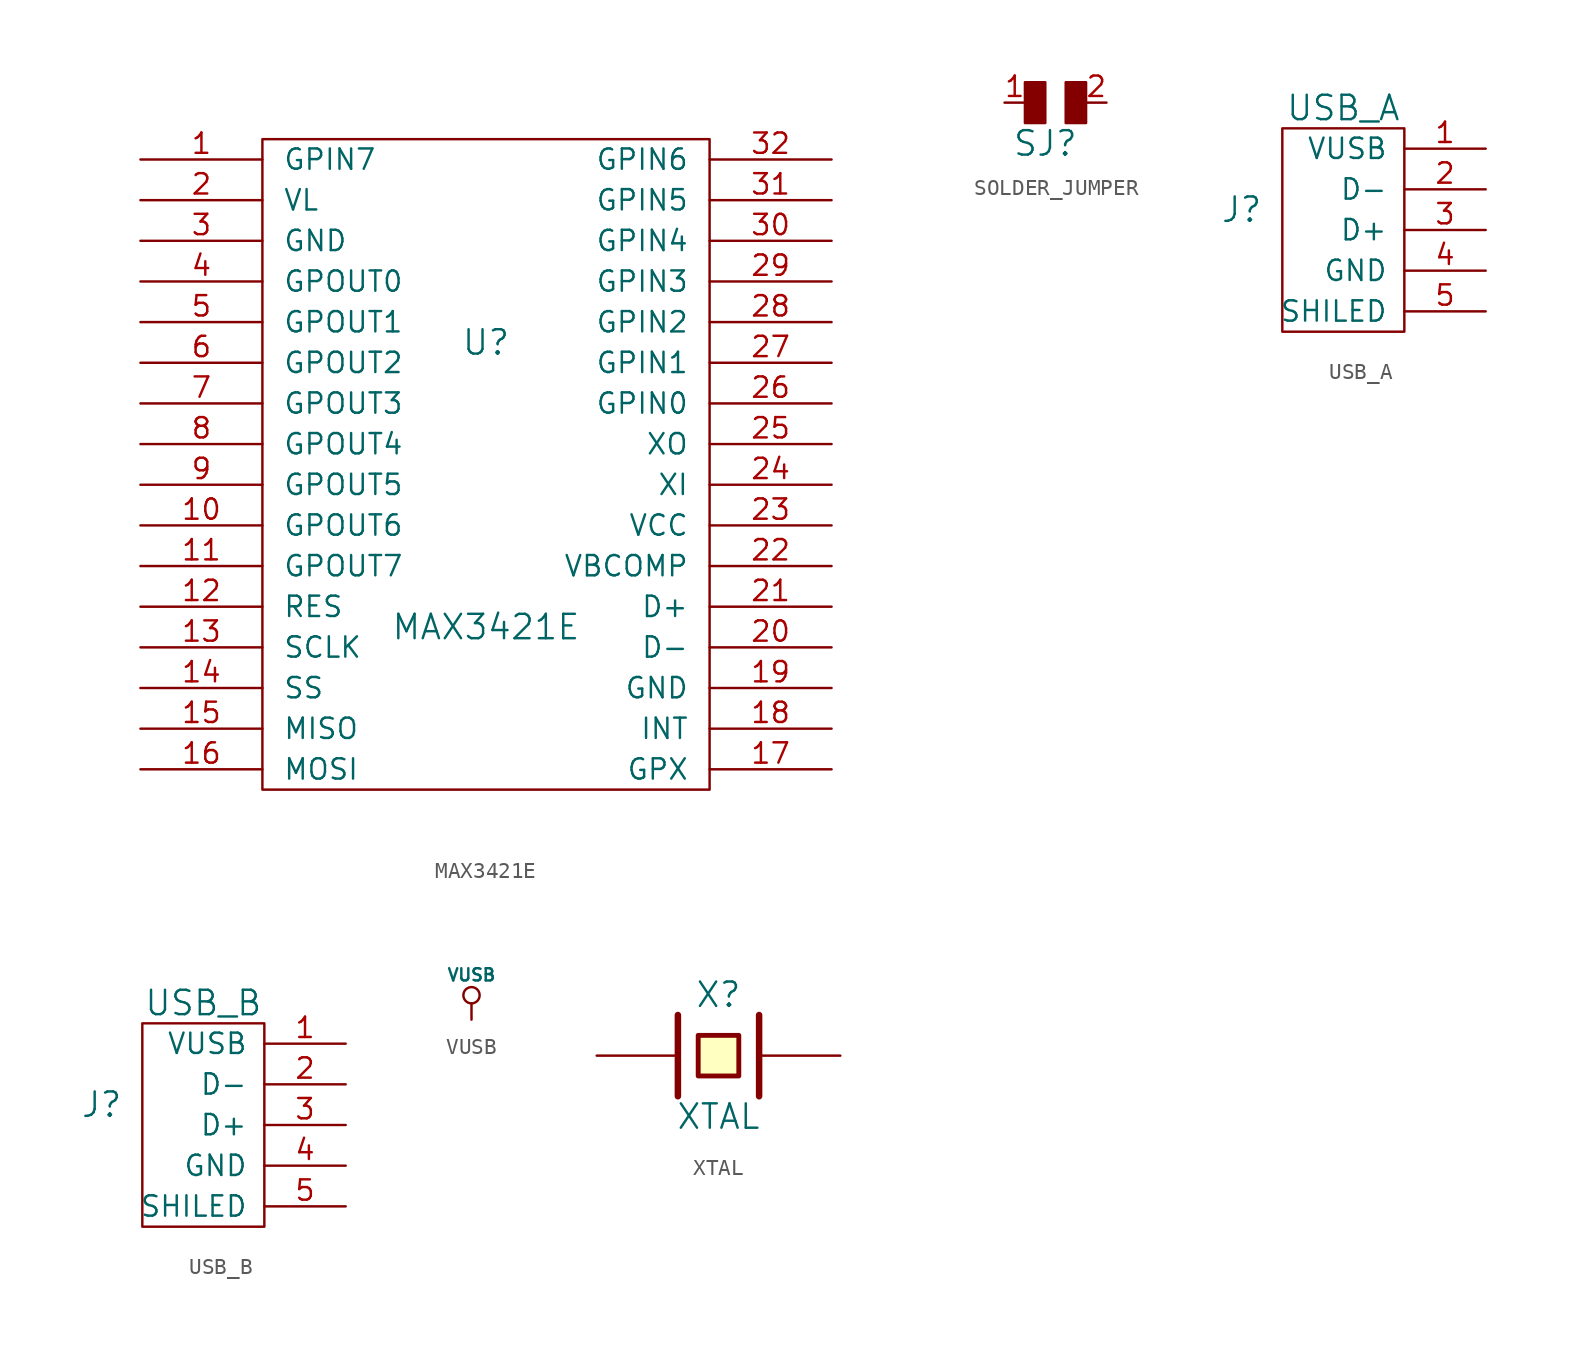
<source format=kicad_sym>
(kicad_symbol_lib
  (version 20211014)
  (generator kicad_symbol_editor)
  (symbol "MAX3421E"
    (pin_names
      (offset 1.27))
    (property "Reference" "U"
      (at 0 7.62 0)
      (effects (font (size 1.524 1.524))))
    (property "Value" "MAX3421E"
      (at 0 -10.16 0)
      (effects (font (size 1.524 1.524))))
    (property "Footprint" ""
      (at 0 -10.16 0)
      (effects (font (size 1.524 1.524))))
    (property "Datasheet" ""
      (at 0 -10.16 0)
      (effects (font (size 1.524 1.524))))
    (symbol "MAX3421E_0_1"
      (rectangle (start -13.97 20.32) (end 13.97 -20.32) (stroke (width 0) (type default) (color 0 0 0 0)) (fill (type none))))
    (symbol "MAX3421E_1_1"
      (pin bidirectional line (at -21.59 19.05 0) (length 7.62) (name "GPIN7" (effects (font (size 1.27 1.27)))) (number "1" (effects (font (size 1.27 1.27)))))
      (pin output line (at -21.59 -3.81 0) (length 7.62) (name "GPOUT6" (effects (font (size 1.27 1.27)))) (number "10" (effects (font (size 1.27 1.27)))))
      (pin output line (at -21.59 -6.35 0) (length 7.62) (name "GPOUT7" (effects (font (size 1.27 1.27)))) (number "11" (effects (font (size 1.27 1.27)))))
      (pin input line (at -21.59 -8.89 0) (length 7.62) (name "RES" (effects (font (size 1.27 1.27)))) (number "12" (effects (font (size 1.27 1.27)))))
      (pin input line (at -21.59 -11.43 0) (length 7.62) (name "SCLK" (effects (font (size 1.27 1.27)))) (number "13" (effects (font (size 1.27 1.27)))))
      (pin input line (at -21.59 -13.97 0) (length 7.62) (name "SS" (effects (font (size 1.27 1.27)))) (number "14" (effects (font (size 1.27 1.27)))))
      (pin output line (at -21.59 -16.51 0) (length 7.62) (name "MISO" (effects (font (size 1.27 1.27)))) (number "15" (effects (font (size 1.27 1.27)))))
      (pin input line (at -21.59 -19.05 0) (length 7.62) (name "MOSI" (effects (font (size 1.27 1.27)))) (number "16" (effects (font (size 1.27 1.27)))))
      (pin output line (at 21.59 -19.05 180) (length 7.62) (name "GPX" (effects (font (size 1.27 1.27)))) (number "17" (effects (font (size 1.27 1.27)))))
      (pin output line (at 21.59 -16.51 180) (length 7.62) (name "INT" (effects (font (size 1.27 1.27)))) (number "18" (effects (font (size 1.27 1.27)))))
      (pin input line (at 21.59 -13.97 180) (length 7.62) (name "GND" (effects (font (size 1.27 1.27)))) (number "19" (effects (font (size 1.27 1.27)))))
      (pin power_in line (at -21.59 16.51 0) (length 7.62) (name "VL" (effects (font (size 1.27 1.27)))) (number "2" (effects (font (size 1.27 1.27)))))
      (pin bidirectional line (at 21.59 -11.43 180) (length 7.62) (name "D-" (effects (font (size 1.27 1.27)))) (number "20" (effects (font (size 1.27 1.27)))))
      (pin bidirectional line (at 21.59 -8.89 180) (length 7.62) (name "D+" (effects (font (size 1.27 1.27)))) (number "21" (effects (font (size 1.27 1.27)))))
      (pin input line (at 21.59 -6.35 180) (length 7.62) (name "VBCOMP" (effects (font (size 1.27 1.27)))) (number "22" (effects (font (size 1.27 1.27)))))
      (pin input line (at 21.59 -3.81 180) (length 7.62) (name "VCC" (effects (font (size 1.27 1.27)))) (number "23" (effects (font (size 1.27 1.27)))))
      (pin input line (at 21.59 -1.27 180) (length 7.62) (name "XI" (effects (font (size 1.27 1.27)))) (number "24" (effects (font (size 1.27 1.27)))))
      (pin output line (at 21.59 1.27 180) (length 7.62) (name "XO" (effects (font (size 1.27 1.27)))) (number "25" (effects (font (size 1.27 1.27)))))
      (pin input line (at 21.59 3.81 180) (length 7.62) (name "GPIN0" (effects (font (size 1.27 1.27)))) (number "26" (effects (font (size 1.27 1.27)))))
      (pin input line (at 21.59 6.35 180) (length 7.62) (name "GPIN1" (effects (font (size 1.27 1.27)))) (number "27" (effects (font (size 1.27 1.27)))))
      (pin input line (at 21.59 8.89 180) (length 7.62) (name "GPIN2" (effects (font (size 1.27 1.27)))) (number "28" (effects (font (size 1.27 1.27)))))
      (pin input line (at 21.59 11.43 180) (length 7.62) (name "GPIN3" (effects (font (size 1.27 1.27)))) (number "29" (effects (font (size 1.27 1.27)))))
      (pin power_in line (at -21.59 13.97 0) (length 7.62) (name "GND" (effects (font (size 1.27 1.27)))) (number "3" (effects (font (size 1.27 1.27)))))
      (pin input line (at 21.59 13.97 180) (length 7.62) (name "GPIN4" (effects (font (size 1.27 1.27)))) (number "30" (effects (font (size 1.27 1.27)))))
      (pin input line (at 21.59 16.51 180) (length 7.62) (name "GPIN5" (effects (font (size 1.27 1.27)))) (number "31" (effects (font (size 1.27 1.27)))))
      (pin input line (at 21.59 19.05 180) (length 7.62) (name "GPIN6" (effects (font (size 1.27 1.27)))) (number "32" (effects (font (size 1.27 1.27)))))
      (pin output line (at -21.59 11.43 0) (length 7.62) (name "GPOUT0" (effects (font (size 1.27 1.27)))) (number "4" (effects (font (size 1.27 1.27)))))
      (pin output line (at -21.59 8.89 0) (length 7.62) (name "GPOUT1" (effects (font (size 1.27 1.27)))) (number "5" (effects (font (size 1.27 1.27)))))
      (pin output line (at -21.59 6.35 0) (length 7.62) (name "GPOUT2" (effects (font (size 1.27 1.27)))) (number "6" (effects (font (size 1.27 1.27)))))
      (pin output line (at -21.59 3.81 0) (length 7.62) (name "GPOUT3" (effects (font (size 1.27 1.27)))) (number "7" (effects (font (size 1.27 1.27)))))
      (pin output line (at -21.59 1.27 0) (length 7.62) (name "GPOUT4" (effects (font (size 1.27 1.27)))) (number "8" (effects (font (size 1.27 1.27)))))
      (pin output line (at -21.59 -1.27 0) (length 7.62) (name "GPOUT5" (effects (font (size 1.27 1.27)))) (number "9" (effects (font (size 1.27 1.27)))))))
  (symbol "SOLDER_JUMPER"
    (pin_names
      (offset 1.016))
    (property "Reference" "SJ"
      (at 0 -1.27 0)
      (effects (font (size 1.524 1.524))))
    (property "Footprint" ""
      (at 1.27 0 0)
      (effects (font (size 1.524 1.524))))
    (property "Datasheet" ""
      (at 1.27 0 0)
      (effects (font (size 1.524 1.524))))
    (symbol "SOLDER_JUMPER_0_1"
      (rectangle (start -1.27 2.54) (end 0 0) (stroke (width 0) (type default) (color 0 0 0 0)) (fill (type outline)))
      (rectangle (start 1.27 2.54) (end 2.54 0) (stroke (width 0) (type default) (color 0 0 0 0)) (fill (type outline))))
    (symbol "SOLDER_JUMPER_1_1"
      (pin passive line (at -2.54 1.27 0) (length 1.27) (name "~" (effects (font (size 1.27 1.27)))) (number "1" (effects (font (size 1.27 1.27)))))
      (pin passive line (at 3.81 1.27 180) (length 1.27) (name "~" (effects (font (size 1.27 1.27)))) (number "2" (effects (font (size 1.27 1.27)))))))
  (symbol "USB_A"
    (pin_names
      (offset 1.016))
    (property "Reference" "J"
      (at -10.16 0 0)
      (effects (font (size 1.524 1.524))))
    (property "Value" "USB_A"
      (at -3.81 6.35 0)
      (effects (font (size 1.524 1.524))))
    (property "Footprint" ""
      (at 0 0 0)
      (effects (font (size 1.524 1.524))))
    (property "Datasheet" ""
      (at 0 0 0)
      (effects (font (size 1.524 1.524))))
    (symbol "USB_A_0_1"
      (rectangle (start -7.62 5.08) (end 0 -7.62) (stroke (width 0) (type default) (color 0 0 0 0)) (fill (type none))))
    (symbol "USB_A_1_1"
      (pin power_in line (at 5.08 3.81 180) (length 5.08) (name "VUSB" (effects (font (size 1.27 1.27)))) (number "1" (effects (font (size 1.27 1.27)))))
      (pin bidirectional line (at 5.08 1.27 180) (length 5.08) (name "D-" (effects (font (size 1.27 1.27)))) (number "2" (effects (font (size 1.27 1.27)))))
      (pin bidirectional line (at 5.08 -1.27 180) (length 5.08) (name "D+" (effects (font (size 1.27 1.27)))) (number "3" (effects (font (size 1.27 1.27)))))
      (pin power_in line (at 5.08 -3.81 180) (length 5.08) (name "GND" (effects (font (size 1.27 1.27)))) (number "4" (effects (font (size 1.27 1.27)))))
      (pin passive line (at 5.08 -6.35 180) (length 5.08) (name "SHILED" (effects (font (size 1.27 1.27)))) (number "5" (effects (font (size 1.27 1.27)))))))
  (symbol "USB_B"
    (pin_names
      (offset 1.016))
    (property "Reference" "J"
      (at -10.16 0 0)
      (effects (font (size 1.524 1.524))))
    (property "Value" "USB_B"
      (at -3.81 6.35 0)
      (effects (font (size 1.524 1.524))))
    (property "Footprint" ""
      (at 0 0 0)
      (effects (font (size 1.524 1.524))))
    (property "Datasheet" ""
      (at 0 0 0)
      (effects (font (size 1.524 1.524))))
    (symbol "USB_B_0_1"
      (rectangle (start -7.62 5.08) (end 0 -7.62) (stroke (width 0) (type default) (color 0 0 0 0)) (fill (type none))))
    (symbol "USB_B_1_1"
      (pin power_out line (at 5.08 3.81 180) (length 5.08) (name "VUSB" (effects (font (size 1.27 1.27)))) (number "1" (effects (font (size 1.27 1.27)))))
      (pin bidirectional line (at 5.08 1.27 180) (length 5.08) (name "D-" (effects (font (size 1.27 1.27)))) (number "2" (effects (font (size 1.27 1.27)))))
      (pin bidirectional line (at 5.08 -1.27 180) (length 5.08) (name "D+" (effects (font (size 1.27 1.27)))) (number "3" (effects (font (size 1.27 1.27)))))
      (pin power_out line (at 5.08 -3.81 180) (length 5.08) (name "GND" (effects (font (size 1.27 1.27)))) (number "4" (effects (font (size 1.27 1.27)))))
      (pin passive line (at 5.08 -6.35 180) (length 5.08) (name "SHILED" (effects (font (size 1.27 1.27)))) (number "5" (effects (font (size 1.27 1.27)))))))
  (symbol "VUSB"
    (power)
    (pin_names
      (offset 0))
    (property "Reference" "#PWR"
      (at 0 -0.762 0)
      (effects (font (size 0.508 0.508)) hide))
    (property "Value" "VUSB"
      (at 0 2.794 0)
      (effects (font (size 0.762 0.762))))
    (property "Footprint" ""
      (at 0 0 0)
      (effects (font (size 1.524 1.524))))
    (property "Datasheet" ""
      (at 0 0 0)
      (effects (font (size 1.524 1.524))))
    (symbol "VUSB_0_0"
      (pin power_in line (at 0 0 90) (length 0) hide (name "VUSB" (effects (font (size 0.508 0.508)))) (number "1" (effects (font (size 0.254 0.254))))))
    (symbol "VUSB_0_1"
      (polyline (pts (xy 0 0) (xy 0 1.016) (xy 0 1.016)) (stroke (width 0) (type default) (color 0 0 0 0)) (fill (type none)))
      (circle (center 0 1.524) (radius 0.508) (stroke (width 0) (type default) (color 0 0 0 0)) (fill (type none)))))
  (symbol "XTAL"
    (pin_numbers hide)
    (pin_names
      (offset 1.016) hide)
    (property "Reference" "X"
      (at 0 3.81 0)
      (effects (font (size 1.524 1.524))))
    (property "Value" "XTAL"
      (at 0 -3.81 0)
      (effects (font (size 1.524 1.524))))
    (property "Footprint" ""
      (at 0 0 0)
      (effects (font (size 1.524 1.524))))
    (property "Datasheet" ""
      (at 0 0 0)
      (effects (font (size 1.524 1.524))))
    (symbol "XTAL_0_1"
      (polyline (pts (xy -2.54 2.54) (xy -2.54 -2.54)) (stroke (width 0.406) (type default) (color 0 0 0 0)) (fill (type none)))
      (polyline (pts (xy 2.54 2.54) (xy 2.54 -2.54)) (stroke (width 0.406) (type default) (color 0 0 0 0)) (fill (type none)))
      (polyline (pts (xy -1.27 1.27) (xy 1.27 1.27) (xy 1.27 -1.27) (xy -1.27 -1.27) (xy -1.27 1.27)) (stroke (width 0.305) (type default) (color 0 0 0 0)) (fill (type background))))
    (symbol "XTAL_1_1"
      (pin passive line (at -7.62 0 0) (length 5.08) (name "1" (effects (font (size 1.016 1.016)))) (number "1" (effects (font (size 1.016 1.016)))))
      (pin passive line (at 7.62 0 180) (length 5.08) (name "2" (effects (font (size 1.016 1.016)))) (number "2" (effects (font (size 1.016 1.016))))))))
</source>
